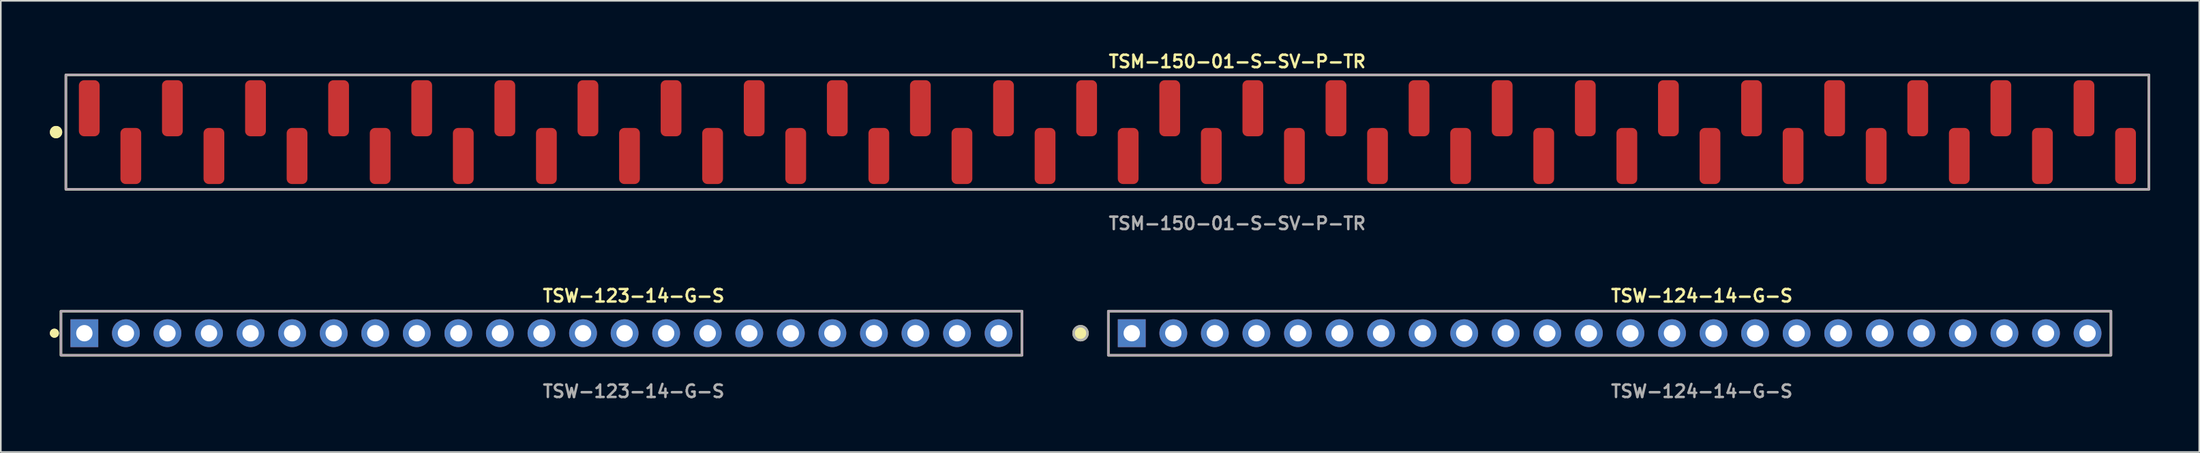
<source format=kicad_pcb>
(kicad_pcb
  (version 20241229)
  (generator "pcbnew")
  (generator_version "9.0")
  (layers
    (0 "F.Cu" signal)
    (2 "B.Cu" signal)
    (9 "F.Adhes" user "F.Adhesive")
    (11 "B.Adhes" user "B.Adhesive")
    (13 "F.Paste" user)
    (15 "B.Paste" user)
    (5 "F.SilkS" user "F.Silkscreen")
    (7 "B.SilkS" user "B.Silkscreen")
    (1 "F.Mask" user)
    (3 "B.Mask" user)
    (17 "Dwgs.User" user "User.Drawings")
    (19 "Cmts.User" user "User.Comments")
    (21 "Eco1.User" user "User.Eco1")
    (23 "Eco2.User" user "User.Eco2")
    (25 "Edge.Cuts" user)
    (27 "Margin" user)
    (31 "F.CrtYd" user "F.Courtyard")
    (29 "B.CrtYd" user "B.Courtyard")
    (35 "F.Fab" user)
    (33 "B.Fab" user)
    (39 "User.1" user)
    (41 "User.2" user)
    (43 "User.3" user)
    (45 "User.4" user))
  (footprint "TSW-124-14-G-S"
    (layer "F.Cu")
    (at 95.334 17.332)
    (property "Reference" "TSW-124-14-G-S" (at 0 -2.286 0) (unlocked yes) (layer "F.SilkS") (effects (font (size 0.762 0.762) (thickness 0.152)) (justify left)))
    (fp_rect (start -30.64 1.35) (end 30.64 -1.35) (stroke (width 0.152) (type solid)) (fill no) (layer "F.SilkS"))
    (fp_circle (center -32.34 0) (end -32.765 0) (stroke (width 0.152) (type solid)) (fill yes) (layer "F.SilkS"))
    (fp_rect (start -30.64 1.35) (end 30.64 -1.35) (stroke (width 0.006) (type solid)) (fill no) (layer "F.CrtYd"))
    (fp_rect (start -30.64 1.35) (end 30.64 -1.35) (stroke (width 0.152) (type solid)) (fill no) (layer "F.Fab"))
    (fp_circle (center -32.34 0) (end -32.765 0) (stroke (width 0.152) (type solid)) (fill no) (layer "F.Fab"))
    (fp_text user "${REFERENCE}" (at 0 3.556 0) (unlocked yes) (layer "F.Fab") (effects (font (size 0.762 0.762) (thickness 0.152)) (justify left)))
    (pad "1" thru_hole rect (at -29.21 0) (size 1.7 1.7) (drill 1) (layers "*.Cu" "*.Mask"))
    (pad "2" thru_hole circle (at -26.67 0) (size 1.7 1.7) (drill 1) (layers "*.Cu" "*.Mask"))
    (pad "3" thru_hole circle (at -24.13 0) (size 1.7 1.7) (drill 1) (layers "*.Cu" "*.Mask"))
    (pad "4" thru_hole circle (at -21.59 0) (size 1.7 1.7) (drill 1) (layers "*.Cu" "*.Mask"))
    (pad "5" thru_hole circle (at -19.05 0) (size 1.7 1.7) (drill 1) (layers "*.Cu" "*.Mask"))
    (pad "6" thru_hole circle (at -16.51 0) (size 1.7 1.7) (drill 1) (layers "*.Cu" "*.Mask"))
    (pad "7" thru_hole circle (at -13.97 0) (size 1.7 1.7) (drill 1) (layers "*.Cu" "*.Mask"))
    (pad "8" thru_hole circle (at -11.43 0) (size 1.7 1.7) (drill 1) (layers "*.Cu" "*.Mask"))
    (pad "9" thru_hole circle (at -8.89 0) (size 1.7 1.7) (drill 1) (layers "*.Cu" "*.Mask"))
    (pad "10" thru_hole circle (at -6.35 0) (size 1.7 1.7) (drill 1) (layers "*.Cu" "*.Mask"))
    (pad "11" thru_hole circle (at -3.81 0) (size 1.7 1.7) (drill 1) (layers "*.Cu" "*.Mask"))
    (pad "12" thru_hole circle (at -1.27 0) (size 1.7 1.7) (drill 1) (layers "*.Cu" "*.Mask"))
    (pad "13" thru_hole circle (at 1.27 0) (size 1.7 1.7) (drill 1) (layers "*.Cu" "*.Mask"))
    (pad "14" thru_hole circle (at 3.81 0) (size 1.7 1.7) (drill 1) (layers "*.Cu" "*.Mask"))
    (pad "15" thru_hole circle (at 6.35 0) (size 1.7 1.7) (drill 1) (layers "*.Cu" "*.Mask"))
    (pad "16" thru_hole circle (at 8.89 0) (size 1.7 1.7) (drill 1) (layers "*.Cu" "*.Mask"))
    (pad "17" thru_hole circle (at 11.43 0) (size 1.7 1.7) (drill 1) (layers "*.Cu" "*.Mask"))
    (pad "18" thru_hole circle (at 13.97 0) (size 1.7 1.7) (drill 1) (layers "*.Cu" "*.Mask"))
    (pad "19" thru_hole circle (at 16.51 0) (size 1.7 1.7) (drill 1) (layers "*.Cu" "*.Mask"))
    (pad "20" thru_hole circle (at 19.05 0) (size 1.7 1.7) (drill 1) (layers "*.Cu" "*.Mask"))
    (pad "21" thru_hole circle (at 21.59 0) (size 1.7 1.7) (drill 1) (layers "*.Cu" "*.Mask"))
    (pad "22" thru_hole circle (at 24.13 0) (size 1.7 1.7) (drill 1) (layers "*.Cu" "*.Mask"))
    (pad "23" thru_hole circle (at 26.67 0) (size 1.7 1.7) (drill 1) (layers "*.Cu" "*.Mask"))
    (pad "24" thru_hole circle (at 29.21 0) (size 1.7 1.7) (drill 1) (layers "*.Cu" "*.Mask")))
  (footprint "TSW-123-14-G-S"
    (layer "F.Cu")
    (at 30.046 17.332)
    (property "Reference" "TSW-123-14-G-S" (at 0 -2.286 0) (unlocked yes) (layer "F.SilkS") (effects (font (size 0.762 0.762) (thickness 0.152)) (justify left)))
    (fp_rect (start -29.37 1.35) (end 29.37 -1.35) (stroke (width 0.152) (type solid)) (fill no) (layer "F.SilkS"))
    (fp_circle (center -29.77 0) (end -29.97 0) (stroke (width 0.152) (type solid)) (fill yes) (layer "F.SilkS"))
    (fp_circle (center -29.77 0) (end -29.97 0) (stroke (width 0.152) (type solid)) (fill yes) (layer "F.SilkS"))
    (fp_rect (start -29.37 1.35) (end 29.37 -1.35) (stroke (width 0.006) (type solid)) (fill no) (layer "F.CrtYd"))
    (fp_rect (start -29.37 1.35) (end 29.37 -1.35) (stroke (width 0.152) (type solid)) (fill no) (layer "F.Fab"))
    (fp_text user "${REFERENCE}" (at 0 3.556 0) (unlocked yes) (layer "F.Fab") (effects (font (size 0.762 0.762) (thickness 0.152)) (justify left)))
    (pad "1" thru_hole rect (at -27.94 0) (size 1.7 1.7) (drill 1) (layers "*.Cu" "*.Mask"))
    (pad "2" thru_hole circle (at -25.4 0) (size 1.7 1.7) (drill 1) (layers "*.Cu" "*.Mask"))
    (pad "3" thru_hole circle (at -22.86 0) (size 1.7 1.7) (drill 1) (layers "*.Cu" "*.Mask"))
    (pad "4" thru_hole circle (at -20.32 0) (size 1.7 1.7) (drill 1) (layers "*.Cu" "*.Mask"))
    (pad "5" thru_hole circle (at -17.78 0) (size 1.7 1.7) (drill 1) (layers "*.Cu" "*.Mask"))
    (pad "6" thru_hole circle (at -15.24 0) (size 1.7 1.7) (drill 1) (layers "*.Cu" "*.Mask"))
    (pad "7" thru_hole circle (at -12.7 0) (size 1.7 1.7) (drill 1) (layers "*.Cu" "*.Mask"))
    (pad "8" thru_hole circle (at -10.16 0) (size 1.7 1.7) (drill 1) (layers "*.Cu" "*.Mask"))
    (pad "9" thru_hole circle (at -7.62 0) (size 1.7 1.7) (drill 1) (layers "*.Cu" "*.Mask"))
    (pad "10" thru_hole circle (at -5.08 0) (size 1.7 1.7) (drill 1) (layers "*.Cu" "*.Mask"))
    (pad "11" thru_hole circle (at -2.54 0) (size 1.7 1.7) (drill 1) (layers "*.Cu" "*.Mask"))
    (pad "12" thru_hole circle (at 0 0) (size 1.7 1.7) (drill 1) (layers "*.Cu" "*.Mask"))
    (pad "13" thru_hole circle (at 2.54 0) (size 1.7 1.7) (drill 1) (layers "*.Cu" "*.Mask"))
    (pad "14" thru_hole circle (at 5.08 0) (size 1.7 1.7) (drill 1) (layers "*.Cu" "*.Mask"))
    (pad "15" thru_hole circle (at 7.62 0) (size 1.7 1.7) (drill 1) (layers "*.Cu" "*.Mask"))
    (pad "16" thru_hole circle (at 10.16 0) (size 1.7 1.7) (drill 1) (layers "*.Cu" "*.Mask"))
    (pad "17" thru_hole circle (at 12.7 0) (size 1.7 1.7) (drill 1) (layers "*.Cu" "*.Mask"))
    (pad "18" thru_hole circle (at 15.24 0) (size 1.7 1.7) (drill 1) (layers "*.Cu" "*.Mask"))
    (pad "19" thru_hole circle (at 17.78 0) (size 1.7 1.7) (drill 1) (layers "*.Cu" "*.Mask"))
    (pad "20" thru_hole circle (at 20.32 0) (size 1.7 1.7) (drill 1) (layers "*.Cu" "*.Mask"))
    (pad "21" thru_hole circle (at 22.86 0) (size 1.7 1.7) (drill 1) (layers "*.Cu" "*.Mask"))
    (pad "22" thru_hole circle (at 25.4 0) (size 1.7 1.7) (drill 1) (layers "*.Cu" "*.Mask"))
    (pad "23" thru_hole circle (at 27.94 0) (size 1.7 1.7) (drill 1) (layers "*.Cu" "*.Mask")))
  (footprint "TSM-150-01-S-SV-P-TR"
    (layer "F.Cu")
    (at 64.636 5.031)
    (property "Reference" "TSM-150-01-S-SV-P-TR" (at 0 -4.318 0) (unlocked yes) (layer "F.SilkS") (effects (font (size 0.762 0.762) (thickness 0.152)) (justify left)))
    (fp_rect (start -63.66 3.5) (end 63.66 -3.5) (stroke (width 0.152) (type solid)) (fill no) (layer "F.SilkS"))
    (fp_circle (center -64.26 0) (end -64.56 0) (stroke (width 0.152) (type solid)) (fill yes) (layer "F.SilkS"))
    (fp_circle (center -64.26 0) (end -64.56 0) (stroke (width 0.152) (type solid)) (fill yes) (layer "F.SilkS"))
    (fp_rect (start -63.66 3.5) (end 63.66 -3.5) (stroke (width 0.006) (type solid)) (fill no) (layer "F.CrtYd"))
    (fp_rect (start -63.66 3.5) (end 63.66 -3.5) (stroke (width 0.152) (type solid)) (fill no) (layer "F.Fab"))
    (fp_text user "${REFERENCE}" (at 0 5.588 0) (unlocked yes) (layer "F.Fab") (effects (font (size 0.762 0.762) (thickness 0.152)) (justify left)))
    (pad "1" smd roundrect (at -62.23 -1.46) (size 1.27 3.43) (layers "F.Cu" "F.Paste") (roundrect_rratio 0.25))
    (pad "2" smd roundrect (at -59.69 1.46) (size 1.27 3.43) (layers "F.Cu" "F.Paste") (roundrect_rratio 0.25))
    (pad "3" smd roundrect (at -57.15 -1.46) (size 1.27 3.43) (layers "F.Cu" "F.Paste") (roundrect_rratio 0.25))
    (pad "4" smd roundrect (at -54.61 1.46) (size 1.27 3.43) (layers "F.Cu" "F.Paste") (roundrect_rratio 0.25))
    (pad "5" smd roundrect (at -52.07 -1.46) (size 1.27 3.43) (layers "F.Cu" "F.Paste") (roundrect_rratio 0.25))
    (pad "6" smd roundrect (at -49.53 1.46) (size 1.27 3.43) (layers "F.Cu" "F.Paste") (roundrect_rratio 0.25))
    (pad "7" smd roundrect (at -46.99 -1.46) (size 1.27 3.43) (layers "F.Cu" "F.Paste") (roundrect_rratio 0.25))
    (pad "8" smd roundrect (at -44.45 1.46) (size 1.27 3.43) (layers "F.Cu" "F.Paste") (roundrect_rratio 0.25))
    (pad "9" smd roundrect (at -41.91 -1.46) (size 1.27 3.43) (layers "F.Cu" "F.Paste") (roundrect_rratio 0.25))
    (pad "10" smd roundrect (at -39.37 1.46) (size 1.27 3.43) (layers "F.Cu" "F.Paste") (roundrect_rratio 0.25))
    (pad "11" smd roundrect (at -36.83 -1.46) (size 1.27 3.43) (layers "F.Cu" "F.Paste") (roundrect_rratio 0.25))
    (pad "12" smd roundrect (at -34.29 1.46) (size 1.27 3.43) (layers "F.Cu" "F.Paste") (roundrect_rratio 0.25))
    (pad "13" smd roundrect (at -31.75 -1.46) (size 1.27 3.43) (layers "F.Cu" "F.Paste") (roundrect_rratio 0.25))
    (pad "14" smd roundrect (at -29.21 1.46) (size 1.27 3.43) (layers "F.Cu" "F.Paste") (roundrect_rratio 0.25))
    (pad "15" smd roundrect (at -26.67 -1.46) (size 1.27 3.43) (layers "F.Cu" "F.Paste") (roundrect_rratio 0.25))
    (pad "16" smd roundrect (at -24.13 1.46) (size 1.27 3.43) (layers "F.Cu" "F.Paste") (roundrect_rratio 0.25))
    (pad "17" smd roundrect (at -21.59 -1.46) (size 1.27 3.43) (layers "F.Cu" "F.Paste") (roundrect_rratio 0.25))
    (pad "18" smd roundrect (at -19.05 1.46) (size 1.27 3.43) (layers "F.Cu" "F.Paste") (roundrect_rratio 0.25))
    (pad "19" smd roundrect (at -16.51 -1.46) (size 1.27 3.43) (layers "F.Cu" "F.Paste") (roundrect_rratio 0.25))
    (pad "20" smd roundrect (at -13.97 1.46) (size 1.27 3.43) (layers "F.Cu" "F.Paste") (roundrect_rratio 0.25))
    (pad "21" smd roundrect (at -11.43 -1.46) (size 1.27 3.43) (layers "F.Cu" "F.Paste") (roundrect_rratio 0.25))
    (pad "22" smd roundrect (at -8.89 1.46) (size 1.27 3.43) (layers "F.Cu" "F.Paste") (roundrect_rratio 0.25))
    (pad "23" smd roundrect (at -6.35 -1.46) (size 1.27 3.43) (layers "F.Cu" "F.Paste") (roundrect_rratio 0.25))
    (pad "24" smd roundrect (at -3.81 1.46) (size 1.27 3.43) (layers "F.Cu" "F.Paste") (roundrect_rratio 0.25))
    (pad "25" smd roundrect (at -1.27 -1.46) (size 1.27 3.43) (layers "F.Cu" "F.Paste") (roundrect_rratio 0.25))
    (pad "26" smd roundrect (at 1.27 1.46) (size 1.27 3.43) (layers "F.Cu" "F.Paste") (roundrect_rratio 0.25))
    (pad "27" smd roundrect (at 3.81 -1.46) (size 1.27 3.43) (layers "F.Cu" "F.Paste") (roundrect_rratio 0.25))
    (pad "28" smd roundrect (at 6.35 1.46) (size 1.27 3.43) (layers "F.Cu" "F.Paste") (roundrect_rratio 0.25))
    (pad "29" smd roundrect (at 8.89 -1.46) (size 1.27 3.43) (layers "F.Cu" "F.Paste") (roundrect_rratio 0.25))
    (pad "30" smd roundrect (at 11.43 1.46) (size 1.27 3.43) (layers "F.Cu" "F.Paste") (roundrect_rratio 0.25))
    (pad "31" smd roundrect (at 13.97 -1.46) (size 1.27 3.43) (layers "F.Cu" "F.Paste") (roundrect_rratio 0.25))
    (pad "32" smd roundrect (at 16.51 1.46) (size 1.27 3.43) (layers "F.Cu" "F.Paste") (roundrect_rratio 0.25))
    (pad "33" smd roundrect (at 19.05 -1.46) (size 1.27 3.43) (layers "F.Cu" "F.Paste") (roundrect_rratio 0.25))
    (pad "34" smd roundrect (at 21.59 1.46) (size 1.27 3.43) (layers "F.Cu" "F.Paste") (roundrect_rratio 0.25))
    (pad "35" smd roundrect (at 24.13 -1.46) (size 1.27 3.43) (layers "F.Cu" "F.Paste") (roundrect_rratio 0.25))
    (pad "36" smd roundrect (at 26.67 1.46) (size 1.27 3.43) (layers "F.Cu" "F.Paste") (roundrect_rratio 0.25))
    (pad "37" smd roundrect (at 29.21 -1.46) (size 1.27 3.43) (layers "F.Cu" "F.Paste") (roundrect_rratio 0.25))
    (pad "38" smd roundrect (at 31.75 1.46) (size 1.27 3.43) (layers "F.Cu" "F.Paste") (roundrect_rratio 0.25))
    (pad "39" smd roundrect (at 34.29 -1.46) (size 1.27 3.43) (layers "F.Cu" "F.Paste") (roundrect_rratio 0.25))
    (pad "40" smd roundrect (at 36.83 1.46) (size 1.27 3.43) (layers "F.Cu" "F.Paste") (roundrect_rratio 0.25))
    (pad "41" smd roundrect (at 39.37 -1.46) (size 1.27 3.43) (layers "F.Cu" "F.Paste") (roundrect_rratio 0.25))
    (pad "42" smd roundrect (at 41.91 1.46) (size 1.27 3.43) (layers "F.Cu" "F.Paste") (roundrect_rratio 0.25))
    (pad "43" smd roundrect (at 44.45 -1.46) (size 1.27 3.43) (layers "F.Cu" "F.Paste") (roundrect_rratio 0.25))
    (pad "44" smd roundrect (at 46.99 1.46) (size 1.27 3.43) (layers "F.Cu" "F.Paste") (roundrect_rratio 0.25))
    (pad "45" smd roundrect (at 49.53 -1.46) (size 1.27 3.43) (layers "F.Cu" "F.Paste") (roundrect_rratio 0.25))
    (pad "46" smd roundrect (at 52.07 1.46) (size 1.27 3.43) (layers "F.Cu" "F.Paste") (roundrect_rratio 0.25))
    (pad "47" smd roundrect (at 54.61 -1.46) (size 1.27 3.43) (layers "F.Cu" "F.Paste") (roundrect_rratio 0.25))
    (pad "48" smd roundrect (at 57.15 1.46) (size 1.27 3.43) (layers "F.Cu" "F.Paste") (roundrect_rratio 0.25))
    (pad "49" smd roundrect (at 59.69 -1.46) (size 1.27 3.43) (layers "F.Cu" "F.Paste") (roundrect_rratio 0.25))
    (pad "50" smd roundrect (at 62.23 1.46) (size 1.27 3.43) (layers "F.Cu" "F.Paste") (roundrect_rratio 0.25)))
  (gr_rect
    (start -3 -3)
    (end 131.372 24.601)
    (stroke (width 0.1) (type default))
    (fill no)
    (layer "Edge.Cuts")))
</source>
